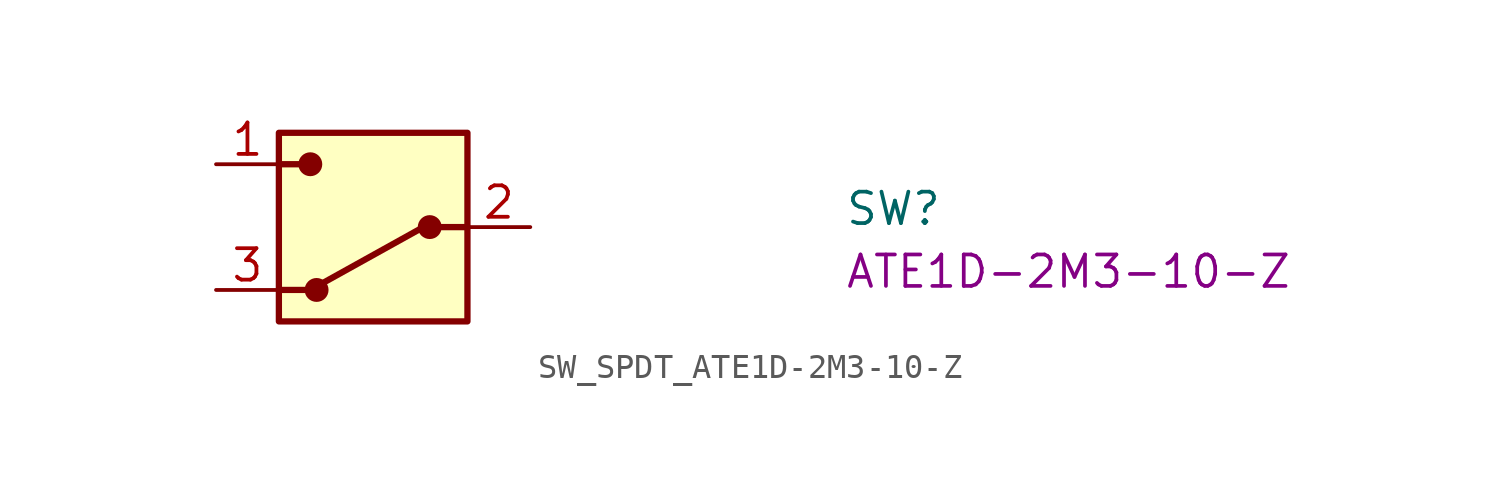
<source format=kicad_sym>
(kicad_symbol_lib
  (version 20220914)
  (generator kicad_symbol_editor)
  (symbol "SW_SPDT_ATE1D-2M3-10-Z"
    (pin_names hide)
    (property "Reference" "SW"
      (at 25.4 -2.54 0)
      (effects (font (size 1.27 1.27) (thickness 0.15)) (justify left bottom)))
    (property "MPN" "ATE1D-2M3-10-Z"
      (at 25.4 -5.08 0)
      (effects (font (size 1.27 1.27) (thickness 0.15)) (justify left bottom)))
    (symbol "SW_SPDT_ATE1D-2M3-10-Z_1_1"
      (polyline (pts (xy 2.54 -5.08) (xy 3.81 -5.08)) (stroke (width 0.254) (type default)) (fill (type none)))
      (polyline (pts (xy 2.54 0) (xy 3.81 0)) (stroke (width 0.254) (type default)) (fill (type none)))
      (polyline (pts (xy 8.382 -2.54) (xy 3.81 -5.08)) (stroke (width 0.254) (type default)) (fill (type none)))
      (polyline (pts (xy 8.89 -2.54) (xy 10.16 -2.54)) (stroke (width 0.254) (type default)) (fill (type none)))
      (rectangle (start 2.54 -6.35) (end 10.16 1.27) (stroke (width 0.254) (type default)) (fill (type background)))
      (circle (center 3.81 0) (radius 0.356) (stroke (width 0.254) (type default)) (fill (type outline)))
      (circle (center 4.064 -5.08) (radius 0.356) (stroke (width 0.254) (type default)) (fill (type outline)))
      (circle (center 8.636 -2.54) (radius 0.356) (stroke (width 0.254) (type default)) (fill (type outline)))
      (pin passive line (at 0 0 0) (length 2.54) (name "~" (effects (font (size 1.27 1.27)))) (number "1" (effects (font (size 1.27 1.27)))))
      (pin passive line (at 12.7 -2.54 180) (length 2.54) (name "~" (effects (font (size 1.27 1.27)))) (number "2" (effects (font (size 1.27 1.27)))))
      (pin passive line (at 0 -5.08 0) (length 2.54) (name "~" (effects (font (size 1.27 1.27)))) (number "3" (effects (font (size 1.27 1.27))))))))
</source>
